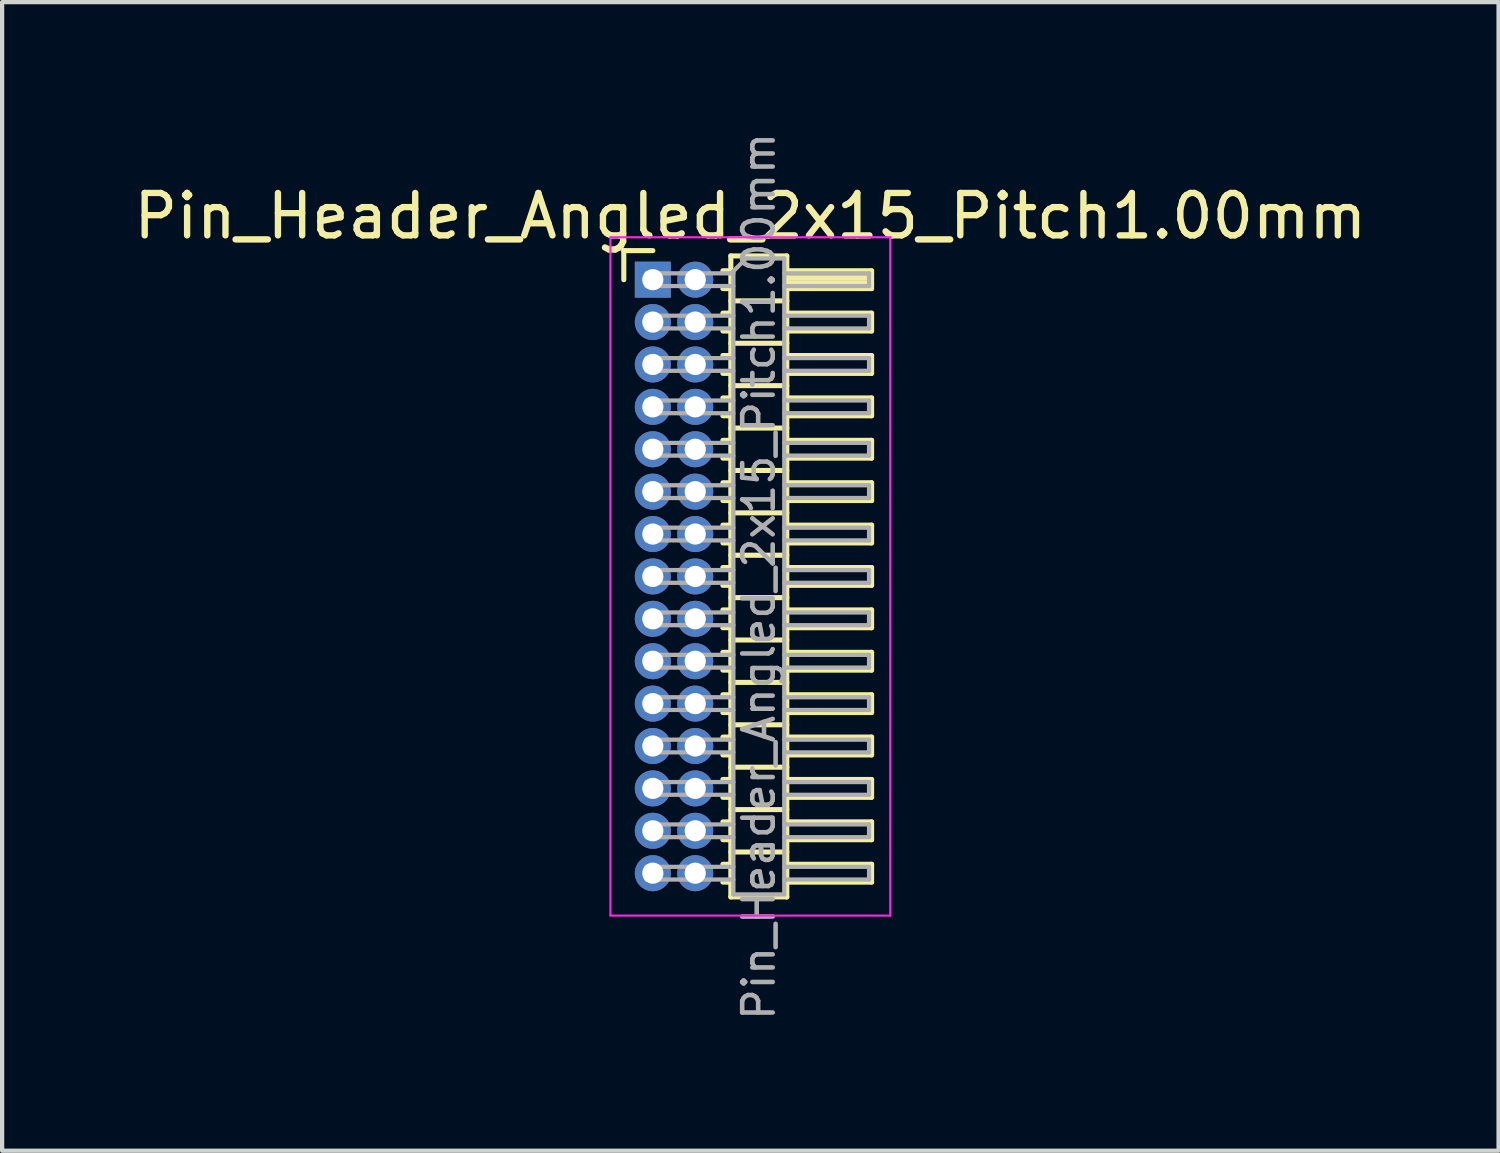
<source format=kicad_pcb>
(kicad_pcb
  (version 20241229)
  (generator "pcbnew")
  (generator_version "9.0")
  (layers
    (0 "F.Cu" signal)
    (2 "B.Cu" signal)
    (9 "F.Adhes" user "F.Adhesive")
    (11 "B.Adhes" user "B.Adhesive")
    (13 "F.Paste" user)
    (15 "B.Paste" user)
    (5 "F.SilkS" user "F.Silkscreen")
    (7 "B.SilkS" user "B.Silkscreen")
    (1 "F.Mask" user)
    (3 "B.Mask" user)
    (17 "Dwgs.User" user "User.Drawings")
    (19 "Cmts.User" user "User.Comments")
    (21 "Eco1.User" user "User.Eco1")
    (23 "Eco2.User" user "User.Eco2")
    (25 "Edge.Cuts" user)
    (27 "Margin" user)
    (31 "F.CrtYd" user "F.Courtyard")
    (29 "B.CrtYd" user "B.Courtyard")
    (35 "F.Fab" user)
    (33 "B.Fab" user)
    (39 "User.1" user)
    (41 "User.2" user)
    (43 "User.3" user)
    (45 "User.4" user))
  (footprint "Pin_Header_Angled_2x15_Pitch1.00mm"
    (layer "F.Cu")
    (at 12.349 3.547)
    (property "Reference" "Pin_Header_Angled_2x15_Pitch1.00mm" (at 2.3 -1.5 0) (layer "F.SilkS") (effects (font (size 1 1) (thickness 0.15))))
    (attr through_hole)
    (fp_line (start -0.685 -0.685) (end 0 -0.685) (stroke (width 0.12) (type solid)) (layer "F.SilkS"))
    (fp_line (start -0.685 0) (end -0.685 -0.685) (stroke (width 0.12) (type solid)) (layer "F.SilkS"))
    (fp_line (start 1.652 -0.21) (end 1.84 -0.21) (stroke (width 0.12) (type solid)) (layer "F.SilkS"))
    (fp_line (start 1.652 0.21) (end 1.84 0.21) (stroke (width 0.12) (type solid)) (layer "F.SilkS"))
    (fp_line (start 1.652 0.79) (end 1.84 0.79) (stroke (width 0.12) (type solid)) (layer "F.SilkS"))
    (fp_line (start 1.652 1.21) (end 1.84 1.21) (stroke (width 0.12) (type solid)) (layer "F.SilkS"))
    (fp_line (start 1.652 1.79) (end 1.84 1.79) (stroke (width 0.12) (type solid)) (layer "F.SilkS"))
    (fp_line (start 1.652 2.21) (end 1.84 2.21) (stroke (width 0.12) (type solid)) (layer "F.SilkS"))
    (fp_line (start 1.652 2.79) (end 1.84 2.79) (stroke (width 0.12) (type solid)) (layer "F.SilkS"))
    (fp_line (start 1.652 3.21) (end 1.84 3.21) (stroke (width 0.12) (type solid)) (layer "F.SilkS"))
    (fp_line (start 1.652 3.79) (end 1.84 3.79) (stroke (width 0.12) (type solid)) (layer "F.SilkS"))
    (fp_line (start 1.652 4.21) (end 1.84 4.21) (stroke (width 0.12) (type solid)) (layer "F.SilkS"))
    (fp_line (start 1.652 4.79) (end 1.84 4.79) (stroke (width 0.12) (type solid)) (layer "F.SilkS"))
    (fp_line (start 1.652 5.21) (end 1.84 5.21) (stroke (width 0.12) (type solid)) (layer "F.SilkS"))
    (fp_line (start 1.652 5.79) (end 1.84 5.79) (stroke (width 0.12) (type solid)) (layer "F.SilkS"))
    (fp_line (start 1.652 6.21) (end 1.84 6.21) (stroke (width 0.12) (type solid)) (layer "F.SilkS"))
    (fp_line (start 1.652 6.79) (end 1.84 6.79) (stroke (width 0.12) (type solid)) (layer "F.SilkS"))
    (fp_line (start 1.652 7.21) (end 1.84 7.21) (stroke (width 0.12) (type solid)) (layer "F.SilkS"))
    (fp_line (start 1.652 7.79) (end 1.84 7.79) (stroke (width 0.12) (type solid)) (layer "F.SilkS"))
    (fp_line (start 1.652 8.21) (end 1.84 8.21) (stroke (width 0.12) (type solid)) (layer "F.SilkS"))
    (fp_line (start 1.652 8.79) (end 1.84 8.79) (stroke (width 0.12) (type solid)) (layer "F.SilkS"))
    (fp_line (start 1.652 9.21) (end 1.84 9.21) (stroke (width 0.12) (type solid)) (layer "F.SilkS"))
    (fp_line (start 1.652 9.79) (end 1.84 9.79) (stroke (width 0.12) (type solid)) (layer "F.SilkS"))
    (fp_line (start 1.652 10.21) (end 1.84 10.21) (stroke (width 0.12) (type solid)) (layer "F.SilkS"))
    (fp_line (start 1.652 10.79) (end 1.84 10.79) (stroke (width 0.12) (type solid)) (layer "F.SilkS"))
    (fp_line (start 1.652 11.21) (end 1.84 11.21) (stroke (width 0.12) (type solid)) (layer "F.SilkS"))
    (fp_line (start 1.652 11.79) (end 1.84 11.79) (stroke (width 0.12) (type solid)) (layer "F.SilkS"))
    (fp_line (start 1.652 12.21) (end 1.84 12.21) (stroke (width 0.12) (type solid)) (layer "F.SilkS"))
    (fp_line (start 1.652 12.79) (end 1.84 12.79) (stroke (width 0.12) (type solid)) (layer "F.SilkS"))
    (fp_line (start 1.652 13.21) (end 1.84 13.21) (stroke (width 0.12) (type solid)) (layer "F.SilkS"))
    (fp_line (start 1.652 13.79) (end 1.84 13.79) (stroke (width 0.12) (type solid)) (layer "F.SilkS"))
    (fp_line (start 1.652 14.21) (end 1.84 14.21) (stroke (width 0.12) (type solid)) (layer "F.SilkS"))
    (fp_line (start 1.84 -0.56) (end 1.84 14.56) (stroke (width 0.12) (type solid)) (layer "F.SilkS"))
    (fp_line (start 1.84 0.5) (end 3.16 0.5) (stroke (width 0.12) (type solid)) (layer "F.SilkS"))
    (fp_line (start 1.84 1.5) (end 3.16 1.5) (stroke (width 0.12) (type solid)) (layer "F.SilkS"))
    (fp_line (start 1.84 2.5) (end 3.16 2.5) (stroke (width 0.12) (type solid)) (layer "F.SilkS"))
    (fp_line (start 1.84 3.5) (end 3.16 3.5) (stroke (width 0.12) (type solid)) (layer "F.SilkS"))
    (fp_line (start 1.84 4.5) (end 3.16 4.5) (stroke (width 0.12) (type solid)) (layer "F.SilkS"))
    (fp_line (start 1.84 5.5) (end 3.16 5.5) (stroke (width 0.12) (type solid)) (layer "F.SilkS"))
    (fp_line (start 1.84 6.5) (end 3.16 6.5) (stroke (width 0.12) (type solid)) (layer "F.SilkS"))
    (fp_line (start 1.84 7.5) (end 3.16 7.5) (stroke (width 0.12) (type solid)) (layer "F.SilkS"))
    (fp_line (start 1.84 8.5) (end 3.16 8.5) (stroke (width 0.12) (type solid)) (layer "F.SilkS"))
    (fp_line (start 1.84 9.5) (end 3.16 9.5) (stroke (width 0.12) (type solid)) (layer "F.SilkS"))
    (fp_line (start 1.84 10.5) (end 3.16 10.5) (stroke (width 0.12) (type solid)) (layer "F.SilkS"))
    (fp_line (start 1.84 11.5) (end 3.16 11.5) (stroke (width 0.12) (type solid)) (layer "F.SilkS"))
    (fp_line (start 1.84 12.5) (end 3.16 12.5) (stroke (width 0.12) (type solid)) (layer "F.SilkS"))
    (fp_line (start 1.84 13.5) (end 3.16 13.5) (stroke (width 0.12) (type solid)) (layer "F.SilkS"))
    (fp_line (start 1.84 14.56) (end 3.16 14.56) (stroke (width 0.12) (type solid)) (layer "F.SilkS"))
    (fp_line (start 3.16 -0.56) (end 1.84 -0.56) (stroke (width 0.12) (type solid)) (layer "F.SilkS"))
    (fp_line (start 3.16 -0.21) (end 5.16 -0.21) (stroke (width 0.12) (type solid)) (layer "F.SilkS"))
    (fp_line (start 3.16 -0.15) (end 5.16 -0.15) (stroke (width 0.12) (type solid)) (layer "F.SilkS"))
    (fp_line (start 3.16 -0.03) (end 5.16 -0.03) (stroke (width 0.12) (type solid)) (layer "F.SilkS"))
    (fp_line (start 3.16 0.09) (end 5.16 0.09) (stroke (width 0.12) (type solid)) (layer "F.SilkS"))
    (fp_line (start 3.16 0.79) (end 5.16 0.79) (stroke (width 0.12) (type solid)) (layer "F.SilkS"))
    (fp_line (start 3.16 1.79) (end 5.16 1.79) (stroke (width 0.12) (type solid)) (layer "F.SilkS"))
    (fp_line (start 3.16 2.79) (end 5.16 2.79) (stroke (width 0.12) (type solid)) (layer "F.SilkS"))
    (fp_line (start 3.16 3.79) (end 5.16 3.79) (stroke (width 0.12) (type solid)) (layer "F.SilkS"))
    (fp_line (start 3.16 4.79) (end 5.16 4.79) (stroke (width 0.12) (type solid)) (layer "F.SilkS"))
    (fp_line (start 3.16 5.79) (end 5.16 5.79) (stroke (width 0.12) (type solid)) (layer "F.SilkS"))
    (fp_line (start 3.16 6.79) (end 5.16 6.79) (stroke (width 0.12) (type solid)) (layer "F.SilkS"))
    (fp_line (start 3.16 7.79) (end 5.16 7.79) (stroke (width 0.12) (type solid)) (layer "F.SilkS"))
    (fp_line (start 3.16 8.79) (end 5.16 8.79) (stroke (width 0.12) (type solid)) (layer "F.SilkS"))
    (fp_line (start 3.16 9.79) (end 5.16 9.79) (stroke (width 0.12) (type solid)) (layer "F.SilkS"))
    (fp_line (start 3.16 10.79) (end 5.16 10.79) (stroke (width 0.12) (type solid)) (layer "F.SilkS"))
    (fp_line (start 3.16 11.79) (end 5.16 11.79) (stroke (width 0.12) (type solid)) (layer "F.SilkS"))
    (fp_line (start 3.16 12.79) (end 5.16 12.79) (stroke (width 0.12) (type solid)) (layer "F.SilkS"))
    (fp_line (start 3.16 13.79) (end 5.16 13.79) (stroke (width 0.12) (type solid)) (layer "F.SilkS"))
    (fp_line (start 3.16 14.56) (end 3.16 -0.56) (stroke (width 0.12) (type solid)) (layer "F.SilkS"))
    (fp_line (start 5.16 -0.21) (end 5.16 0.21) (stroke (width 0.12) (type solid)) (layer "F.SilkS"))
    (fp_line (start 5.16 0.21) (end 3.16 0.21) (stroke (width 0.12) (type solid)) (layer "F.SilkS"))
    (fp_line (start 5.16 0.79) (end 5.16 1.21) (stroke (width 0.12) (type solid)) (layer "F.SilkS"))
    (fp_line (start 5.16 1.21) (end 3.16 1.21) (stroke (width 0.12) (type solid)) (layer "F.SilkS"))
    (fp_line (start 5.16 1.79) (end 5.16 2.21) (stroke (width 0.12) (type solid)) (layer "F.SilkS"))
    (fp_line (start 5.16 2.21) (end 3.16 2.21) (stroke (width 0.12) (type solid)) (layer "F.SilkS"))
    (fp_line (start 5.16 2.79) (end 5.16 3.21) (stroke (width 0.12) (type solid)) (layer "F.SilkS"))
    (fp_line (start 5.16 3.21) (end 3.16 3.21) (stroke (width 0.12) (type solid)) (layer "F.SilkS"))
    (fp_line (start 5.16 3.79) (end 5.16 4.21) (stroke (width 0.12) (type solid)) (layer "F.SilkS"))
    (fp_line (start 5.16 4.21) (end 3.16 4.21) (stroke (width 0.12) (type solid)) (layer "F.SilkS"))
    (fp_line (start 5.16 4.79) (end 5.16 5.21) (stroke (width 0.12) (type solid)) (layer "F.SilkS"))
    (fp_line (start 5.16 5.21) (end 3.16 5.21) (stroke (width 0.12) (type solid)) (layer "F.SilkS"))
    (fp_line (start 5.16 5.79) (end 5.16 6.21) (stroke (width 0.12) (type solid)) (layer "F.SilkS"))
    (fp_line (start 5.16 6.21) (end 3.16 6.21) (stroke (width 0.12) (type solid)) (layer "F.SilkS"))
    (fp_line (start 5.16 6.79) (end 5.16 7.21) (stroke (width 0.12) (type solid)) (layer "F.SilkS"))
    (fp_line (start 5.16 7.21) (end 3.16 7.21) (stroke (width 0.12) (type solid)) (layer "F.SilkS"))
    (fp_line (start 5.16 7.79) (end 5.16 8.21) (stroke (width 0.12) (type solid)) (layer "F.SilkS"))
    (fp_line (start 5.16 8.21) (end 3.16 8.21) (stroke (width 0.12) (type solid)) (layer "F.SilkS"))
    (fp_line (start 5.16 8.79) (end 5.16 9.21) (stroke (width 0.12) (type solid)) (layer "F.SilkS"))
    (fp_line (start 5.16 9.21) (end 3.16 9.21) (stroke (width 0.12) (type solid)) (layer "F.SilkS"))
    (fp_line (start 5.16 9.79) (end 5.16 10.21) (stroke (width 0.12) (type solid)) (layer "F.SilkS"))
    (fp_line (start 5.16 10.21) (end 3.16 10.21) (stroke (width 0.12) (type solid)) (layer "F.SilkS"))
    (fp_line (start 5.16 10.79) (end 5.16 11.21) (stroke (width 0.12) (type solid)) (layer "F.SilkS"))
    (fp_line (start 5.16 11.21) (end 3.16 11.21) (stroke (width 0.12) (type solid)) (layer "F.SilkS"))
    (fp_line (start 5.16 11.79) (end 5.16 12.21) (stroke (width 0.12) (type solid)) (layer "F.SilkS"))
    (fp_line (start 5.16 12.21) (end 3.16 12.21) (stroke (width 0.12) (type solid)) (layer "F.SilkS"))
    (fp_line (start 5.16 12.79) (end 5.16 13.21) (stroke (width 0.12) (type solid)) (layer "F.SilkS"))
    (fp_line (start 5.16 13.21) (end 3.16 13.21) (stroke (width 0.12) (type solid)) (layer "F.SilkS"))
    (fp_line (start 5.16 13.79) (end 5.16 14.21) (stroke (width 0.12) (type solid)) (layer "F.SilkS"))
    (fp_line (start 5.16 14.21) (end 3.16 14.21) (stroke (width 0.12) (type solid)) (layer "F.SilkS"))
    (fp_line (start -1 -1) (end -1 15) (stroke (width 0.05) (type solid)) (layer "F.CrtYd"))
    (fp_line (start -1 15) (end 5.6 15) (stroke (width 0.05) (type solid)) (layer "F.CrtYd"))
    (fp_line (start 5.6 -1) (end -1 -1) (stroke (width 0.05) (type solid)) (layer "F.CrtYd"))
    (fp_line (start 5.6 15) (end 5.6 -1) (stroke (width 0.05) (type solid)) (layer "F.CrtYd"))
    (fp_line (start -0.15 -0.15) (end -0.15 0.15) (stroke (width 0.1) (type solid)) (layer "F.Fab"))
    (fp_line (start -0.15 -0.15) (end 1.9 -0.15) (stroke (width 0.1) (type solid)) (layer "F.Fab"))
    (fp_line (start -0.15 0.15) (end 1.9 0.15) (stroke (width 0.1) (type solid)) (layer "F.Fab"))
    (fp_line (start -0.15 0.85) (end -0.15 1.15) (stroke (width 0.1) (type solid)) (layer "F.Fab"))
    (fp_line (start -0.15 0.85) (end 1.9 0.85) (stroke (width 0.1) (type solid)) (layer "F.Fab"))
    (fp_line (start -0.15 1.15) (end 1.9 1.15) (stroke (width 0.1) (type solid)) (layer "F.Fab"))
    (fp_line (start -0.15 1.85) (end -0.15 2.15) (stroke (width 0.1) (type solid)) (layer "F.Fab"))
    (fp_line (start -0.15 1.85) (end 1.9 1.85) (stroke (width 0.1) (type solid)) (layer "F.Fab"))
    (fp_line (start -0.15 2.15) (end 1.9 2.15) (stroke (width 0.1) (type solid)) (layer "F.Fab"))
    (fp_line (start -0.15 2.85) (end -0.15 3.15) (stroke (width 0.1) (type solid)) (layer "F.Fab"))
    (fp_line (start -0.15 2.85) (end 1.9 2.85) (stroke (width 0.1) (type solid)) (layer "F.Fab"))
    (fp_line (start -0.15 3.15) (end 1.9 3.15) (stroke (width 0.1) (type solid)) (layer "F.Fab"))
    (fp_line (start -0.15 3.85) (end -0.15 4.15) (stroke (width 0.1) (type solid)) (layer "F.Fab"))
    (fp_line (start -0.15 3.85) (end 1.9 3.85) (stroke (width 0.1) (type solid)) (layer "F.Fab"))
    (fp_line (start -0.15 4.15) (end 1.9 4.15) (stroke (width 0.1) (type solid)) (layer "F.Fab"))
    (fp_line (start -0.15 4.85) (end -0.15 5.15) (stroke (width 0.1) (type solid)) (layer "F.Fab"))
    (fp_line (start -0.15 4.85) (end 1.9 4.85) (stroke (width 0.1) (type solid)) (layer "F.Fab"))
    (fp_line (start -0.15 5.15) (end 1.9 5.15) (stroke (width 0.1) (type solid)) (layer "F.Fab"))
    (fp_line (start -0.15 5.85) (end -0.15 6.15) (stroke (width 0.1) (type solid)) (layer "F.Fab"))
    (fp_line (start -0.15 5.85) (end 1.9 5.85) (stroke (width 0.1) (type solid)) (layer "F.Fab"))
    (fp_line (start -0.15 6.15) (end 1.9 6.15) (stroke (width 0.1) (type solid)) (layer "F.Fab"))
    (fp_line (start -0.15 6.85) (end -0.15 7.15) (stroke (width 0.1) (type solid)) (layer "F.Fab"))
    (fp_line (start -0.15 6.85) (end 1.9 6.85) (stroke (width 0.1) (type solid)) (layer "F.Fab"))
    (fp_line (start -0.15 7.15) (end 1.9 7.15) (stroke (width 0.1) (type solid)) (layer "F.Fab"))
    (fp_line (start -0.15 7.85) (end -0.15 8.15) (stroke (width 0.1) (type solid)) (layer "F.Fab"))
    (fp_line (start -0.15 7.85) (end 1.9 7.85) (stroke (width 0.1) (type solid)) (layer "F.Fab"))
    (fp_line (start -0.15 8.15) (end 1.9 8.15) (stroke (width 0.1) (type solid)) (layer "F.Fab"))
    (fp_line (start -0.15 8.85) (end -0.15 9.15) (stroke (width 0.1) (type solid)) (layer "F.Fab"))
    (fp_line (start -0.15 8.85) (end 1.9 8.85) (stroke (width 0.1) (type solid)) (layer "F.Fab"))
    (fp_line (start -0.15 9.15) (end 1.9 9.15) (stroke (width 0.1) (type solid)) (layer "F.Fab"))
    (fp_line (start -0.15 9.85) (end -0.15 10.15) (stroke (width 0.1) (type solid)) (layer "F.Fab"))
    (fp_line (start -0.15 9.85) (end 1.9 9.85) (stroke (width 0.1) (type solid)) (layer "F.Fab"))
    (fp_line (start -0.15 10.15) (end 1.9 10.15) (stroke (width 0.1) (type solid)) (layer "F.Fab"))
    (fp_line (start -0.15 10.85) (end -0.15 11.15) (stroke (width 0.1) (type solid)) (layer "F.Fab"))
    (fp_line (start -0.15 10.85) (end 1.9 10.85) (stroke (width 0.1) (type solid)) (layer "F.Fab"))
    (fp_line (start -0.15 11.15) (end 1.9 11.15) (stroke (width 0.1) (type solid)) (layer "F.Fab"))
    (fp_line (start -0.15 11.85) (end -0.15 12.15) (stroke (width 0.1) (type solid)) (layer "F.Fab"))
    (fp_line (start -0.15 11.85) (end 1.9 11.85) (stroke (width 0.1) (type solid)) (layer "F.Fab"))
    (fp_line (start -0.15 12.15) (end 1.9 12.15) (stroke (width 0.1) (type solid)) (layer "F.Fab"))
    (fp_line (start -0.15 12.85) (end -0.15 13.15) (stroke (width 0.1) (type solid)) (layer "F.Fab"))
    (fp_line (start -0.15 12.85) (end 1.9 12.85) (stroke (width 0.1) (type solid)) (layer "F.Fab"))
    (fp_line (start -0.15 13.15) (end 1.9 13.15) (stroke (width 0.1) (type solid)) (layer "F.Fab"))
    (fp_line (start -0.15 13.85) (end -0.15 14.15) (stroke (width 0.1) (type solid)) (layer "F.Fab"))
    (fp_line (start -0.15 13.85) (end 1.9 13.85) (stroke (width 0.1) (type solid)) (layer "F.Fab"))
    (fp_line (start -0.15 14.15) (end 1.9 14.15) (stroke (width 0.1) (type solid)) (layer "F.Fab"))
    (fp_line (start 1.9 -0.2) (end 2.2 -0.5) (stroke (width 0.1) (type solid)) (layer "F.Fab"))
    (fp_line (start 1.9 14.5) (end 1.9 -0.2) (stroke (width 0.1) (type solid)) (layer "F.Fab"))
    (fp_line (start 2.2 -0.5) (end 3.1 -0.5) (stroke (width 0.1) (type solid)) (layer "F.Fab"))
    (fp_line (start 3.1 -0.5) (end 3.1 14.5) (stroke (width 0.1) (type solid)) (layer "F.Fab"))
    (fp_line (start 3.1 -0.15) (end 5.1 -0.15) (stroke (width 0.1) (type solid)) (layer "F.Fab"))
    (fp_line (start 3.1 0.15) (end 5.1 0.15) (stroke (width 0.1) (type solid)) (layer "F.Fab"))
    (fp_line (start 3.1 0.85) (end 5.1 0.85) (stroke (width 0.1) (type solid)) (layer "F.Fab"))
    (fp_line (start 3.1 1.15) (end 5.1 1.15) (stroke (width 0.1) (type solid)) (layer "F.Fab"))
    (fp_line (start 3.1 1.85) (end 5.1 1.85) (stroke (width 0.1) (type solid)) (layer "F.Fab"))
    (fp_line (start 3.1 2.15) (end 5.1 2.15) (stroke (width 0.1) (type solid)) (layer "F.Fab"))
    (fp_line (start 3.1 2.85) (end 5.1 2.85) (stroke (width 0.1) (type solid)) (layer "F.Fab"))
    (fp_line (start 3.1 3.15) (end 5.1 3.15) (stroke (width 0.1) (type solid)) (layer "F.Fab"))
    (fp_line (start 3.1 3.85) (end 5.1 3.85) (stroke (width 0.1) (type solid)) (layer "F.Fab"))
    (fp_line (start 3.1 4.15) (end 5.1 4.15) (stroke (width 0.1) (type solid)) (layer "F.Fab"))
    (fp_line (start 3.1 4.85) (end 5.1 4.85) (stroke (width 0.1) (type solid)) (layer "F.Fab"))
    (fp_line (start 3.1 5.15) (end 5.1 5.15) (stroke (width 0.1) (type solid)) (layer "F.Fab"))
    (fp_line (start 3.1 5.85) (end 5.1 5.85) (stroke (width 0.1) (type solid)) (layer "F.Fab"))
    (fp_line (start 3.1 6.15) (end 5.1 6.15) (stroke (width 0.1) (type solid)) (layer "F.Fab"))
    (fp_line (start 3.1 6.85) (end 5.1 6.85) (stroke (width 0.1) (type solid)) (layer "F.Fab"))
    (fp_line (start 3.1 7.15) (end 5.1 7.15) (stroke (width 0.1) (type solid)) (layer "F.Fab"))
    (fp_line (start 3.1 7.85) (end 5.1 7.85) (stroke (width 0.1) (type solid)) (layer "F.Fab"))
    (fp_line (start 3.1 8.15) (end 5.1 8.15) (stroke (width 0.1) (type solid)) (layer "F.Fab"))
    (fp_line (start 3.1 8.85) (end 5.1 8.85) (stroke (width 0.1) (type solid)) (layer "F.Fab"))
    (fp_line (start 3.1 9.15) (end 5.1 9.15) (stroke (width 0.1) (type solid)) (layer "F.Fab"))
    (fp_line (start 3.1 9.85) (end 5.1 9.85) (stroke (width 0.1) (type solid)) (layer "F.Fab"))
    (fp_line (start 3.1 10.15) (end 5.1 10.15) (stroke (width 0.1) (type solid)) (layer "F.Fab"))
    (fp_line (start 3.1 10.85) (end 5.1 10.85) (stroke (width 0.1) (type solid)) (layer "F.Fab"))
    (fp_line (start 3.1 11.15) (end 5.1 11.15) (stroke (width 0.1) (type solid)) (layer "F.Fab"))
    (fp_line (start 3.1 11.85) (end 5.1 11.85) (stroke (width 0.1) (type solid)) (layer "F.Fab"))
    (fp_line (start 3.1 12.15) (end 5.1 12.15) (stroke (width 0.1) (type solid)) (layer "F.Fab"))
    (fp_line (start 3.1 12.85) (end 5.1 12.85) (stroke (width 0.1) (type solid)) (layer "F.Fab"))
    (fp_line (start 3.1 13.15) (end 5.1 13.15) (stroke (width 0.1) (type solid)) (layer "F.Fab"))
    (fp_line (start 3.1 13.85) (end 5.1 13.85) (stroke (width 0.1) (type solid)) (layer "F.Fab"))
    (fp_line (start 3.1 14.15) (end 5.1 14.15) (stroke (width 0.1) (type solid)) (layer "F.Fab"))
    (fp_line (start 3.1 14.5) (end 1.9 14.5) (stroke (width 0.1) (type solid)) (layer "F.Fab"))
    (fp_line (start 5.1 -0.15) (end 5.1 0.15) (stroke (width 0.1) (type solid)) (layer "F.Fab"))
    (fp_line (start 5.1 0.85) (end 5.1 1.15) (stroke (width 0.1) (type solid)) (layer "F.Fab"))
    (fp_line (start 5.1 1.85) (end 5.1 2.15) (stroke (width 0.1) (type solid)) (layer "F.Fab"))
    (fp_line (start 5.1 2.85) (end 5.1 3.15) (stroke (width 0.1) (type solid)) (layer "F.Fab"))
    (fp_line (start 5.1 3.85) (end 5.1 4.15) (stroke (width 0.1) (type solid)) (layer "F.Fab"))
    (fp_line (start 5.1 4.85) (end 5.1 5.15) (stroke (width 0.1) (type solid)) (layer "F.Fab"))
    (fp_line (start 5.1 5.85) (end 5.1 6.15) (stroke (width 0.1) (type solid)) (layer "F.Fab"))
    (fp_line (start 5.1 6.85) (end 5.1 7.15) (stroke (width 0.1) (type solid)) (layer "F.Fab"))
    (fp_line (start 5.1 7.85) (end 5.1 8.15) (stroke (width 0.1) (type solid)) (layer "F.Fab"))
    (fp_line (start 5.1 8.85) (end 5.1 9.15) (stroke (width 0.1) (type solid)) (layer "F.Fab"))
    (fp_line (start 5.1 9.85) (end 5.1 10.15) (stroke (width 0.1) (type solid)) (layer "F.Fab"))
    (fp_line (start 5.1 10.85) (end 5.1 11.15) (stroke (width 0.1) (type solid)) (layer "F.Fab"))
    (fp_line (start 5.1 11.85) (end 5.1 12.15) (stroke (width 0.1) (type solid)) (layer "F.Fab"))
    (fp_line (start 5.1 12.85) (end 5.1 13.15) (stroke (width 0.1) (type solid)) (layer "F.Fab"))
    (fp_line (start 5.1 13.85) (end 5.1 14.15) (stroke (width 0.1) (type solid)) (layer "F.Fab"))
    (fp_text user "${REFERENCE}" (at 2.5 7 90) (layer "F.Fab") (effects (font (size 0.72 0.72) (thickness 0.108))))
    (pad "1" thru_hole rect (at 0 0) (size 0.85 0.85) (drill 0.5) (layers "*.Cu" "*.Mask"))
    (pad "2" thru_hole oval (at 1 0) (size 0.85 0.85) (drill 0.5) (layers "*.Cu" "*.Mask"))
    (pad "3" thru_hole oval (at 0 1) (size 0.85 0.85) (drill 0.5) (layers "*.Cu" "*.Mask"))
    (pad "4" thru_hole oval (at 1 1) (size 0.85 0.85) (drill 0.5) (layers "*.Cu" "*.Mask"))
    (pad "5" thru_hole oval (at 0 2) (size 0.85 0.85) (drill 0.5) (layers "*.Cu" "*.Mask"))
    (pad "6" thru_hole oval (at 1 2) (size 0.85 0.85) (drill 0.5) (layers "*.Cu" "*.Mask"))
    (pad "7" thru_hole oval (at 0 3) (size 0.85 0.85) (drill 0.5) (layers "*.Cu" "*.Mask"))
    (pad "8" thru_hole oval (at 1 3) (size 0.85 0.85) (drill 0.5) (layers "*.Cu" "*.Mask"))
    (pad "9" thru_hole oval (at 0 4) (size 0.85 0.85) (drill 0.5) (layers "*.Cu" "*.Mask"))
    (pad "10" thru_hole oval (at 1 4) (size 0.85 0.85) (drill 0.5) (layers "*.Cu" "*.Mask"))
    (pad "11" thru_hole oval (at 0 5) (size 0.85 0.85) (drill 0.5) (layers "*.Cu" "*.Mask"))
    (pad "12" thru_hole oval (at 1 5) (size 0.85 0.85) (drill 0.5) (layers "*.Cu" "*.Mask"))
    (pad "13" thru_hole oval (at 0 6) (size 0.85 0.85) (drill 0.5) (layers "*.Cu" "*.Mask"))
    (pad "14" thru_hole oval (at 1 6) (size 0.85 0.85) (drill 0.5) (layers "*.Cu" "*.Mask"))
    (pad "15" thru_hole oval (at 0 7) (size 0.85 0.85) (drill 0.5) (layers "*.Cu" "*.Mask"))
    (pad "16" thru_hole oval (at 1 7) (size 0.85 0.85) (drill 0.5) (layers "*.Cu" "*.Mask"))
    (pad "17" thru_hole oval (at 0 8) (size 0.85 0.85) (drill 0.5) (layers "*.Cu" "*.Mask"))
    (pad "18" thru_hole oval (at 1 8) (size 0.85 0.85) (drill 0.5) (layers "*.Cu" "*.Mask"))
    (pad "19" thru_hole oval (at 0 9) (size 0.85 0.85) (drill 0.5) (layers "*.Cu" "*.Mask"))
    (pad "20" thru_hole oval (at 1 9) (size 0.85 0.85) (drill 0.5) (layers "*.Cu" "*.Mask"))
    (pad "21" thru_hole oval (at 0 10) (size 0.85 0.85) (drill 0.5) (layers "*.Cu" "*.Mask"))
    (pad "22" thru_hole oval (at 1 10) (size 0.85 0.85) (drill 0.5) (layers "*.Cu" "*.Mask"))
    (pad "23" thru_hole oval (at 0 11) (size 0.85 0.85) (drill 0.5) (layers "*.Cu" "*.Mask"))
    (pad "24" thru_hole oval (at 1 11) (size 0.85 0.85) (drill 0.5) (layers "*.Cu" "*.Mask"))
    (pad "25" thru_hole oval (at 0 12) (size 0.85 0.85) (drill 0.5) (layers "*.Cu" "*.Mask"))
    (pad "26" thru_hole oval (at 1 12) (size 0.85 0.85) (drill 0.5) (layers "*.Cu" "*.Mask"))
    (pad "27" thru_hole oval (at 0 13) (size 0.85 0.85) (drill 0.5) (layers "*.Cu" "*.Mask"))
    (pad "28" thru_hole oval (at 1 13) (size 0.85 0.85) (drill 0.5) (layers "*.Cu" "*.Mask"))
    (pad "29" thru_hole oval (at 0 14) (size 0.85 0.85) (drill 0.5) (layers "*.Cu" "*.Mask"))
    (pad "30" thru_hole oval (at 1 14) (size 0.85 0.85) (drill 0.5) (layers "*.Cu" "*.Mask")))
  (gr_rect
    (start -3 -3)
    (end 32.298 24.094)
    (stroke (width 0.1) (type default))
    (fill no)
    (layer "Edge.Cuts")))
</source>
